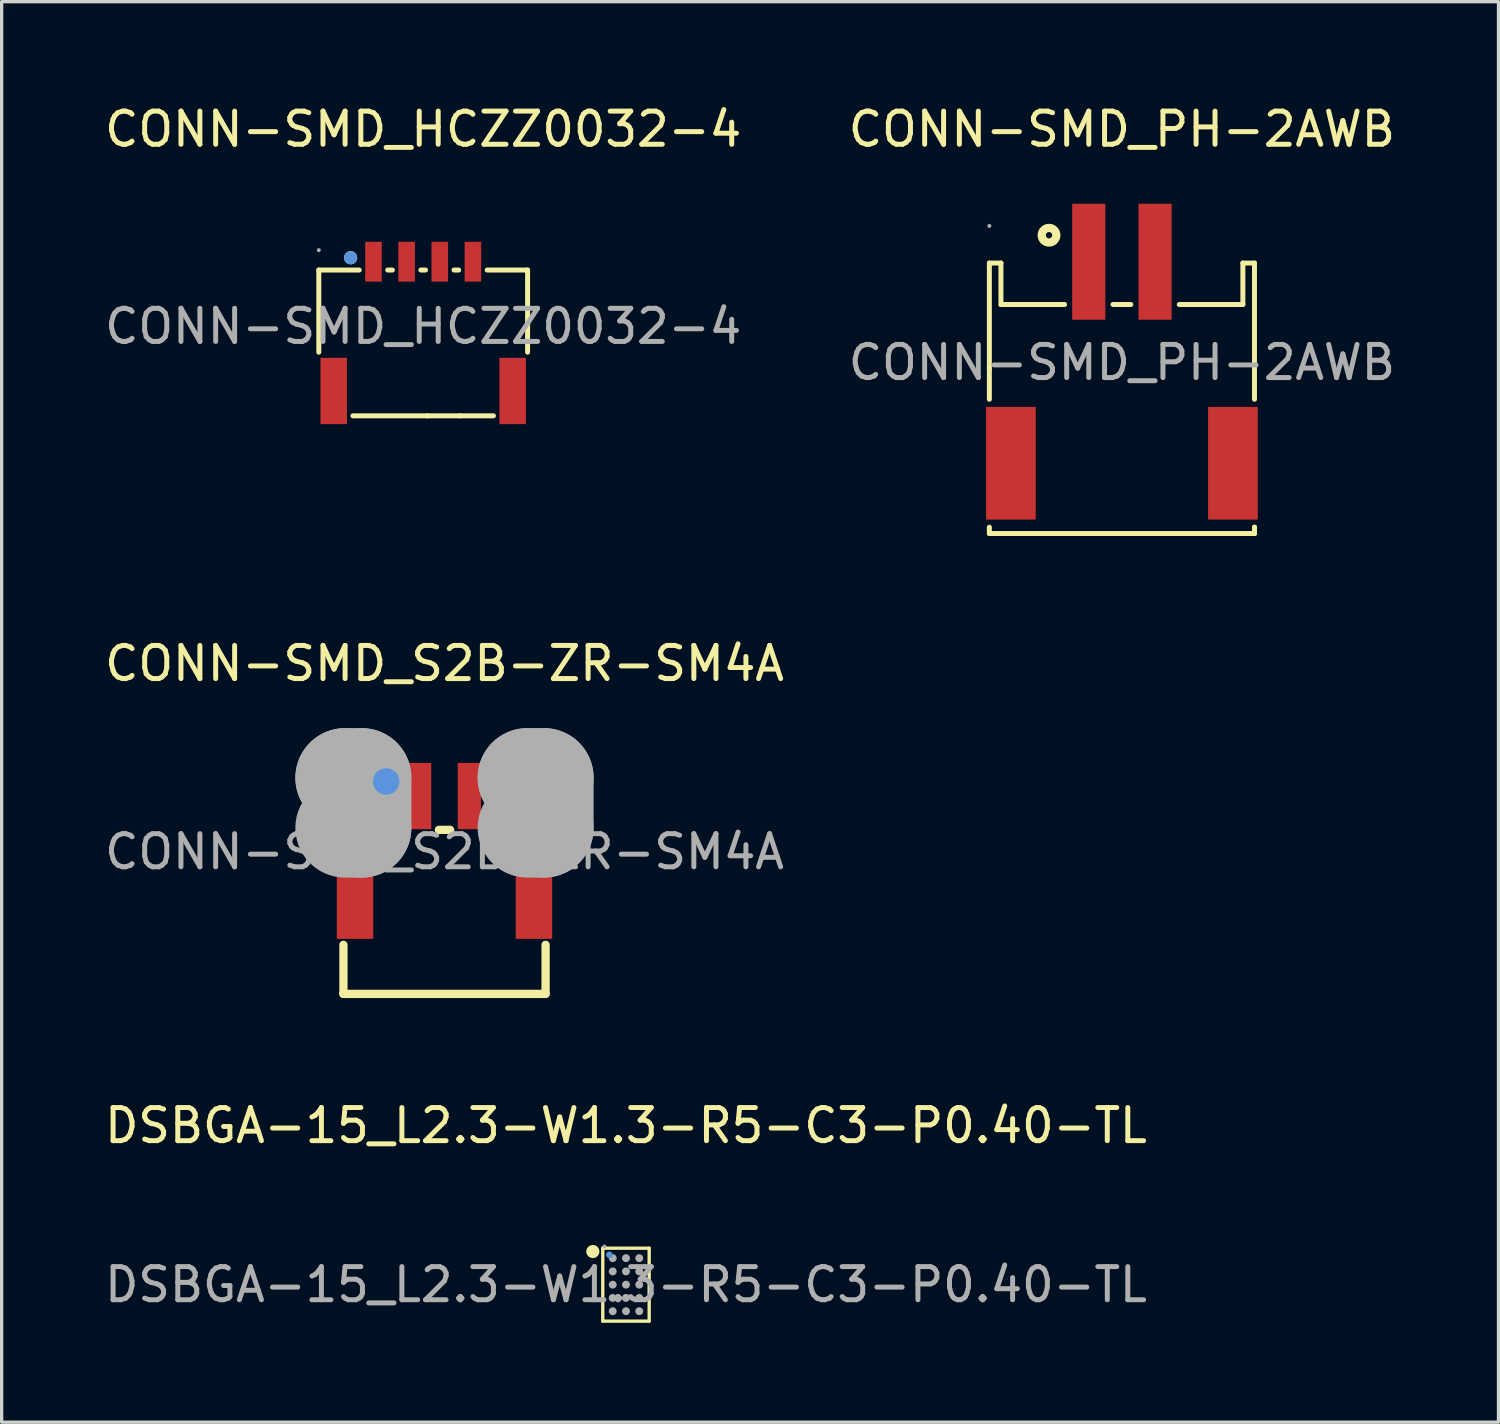
<source format=kicad_pcb>
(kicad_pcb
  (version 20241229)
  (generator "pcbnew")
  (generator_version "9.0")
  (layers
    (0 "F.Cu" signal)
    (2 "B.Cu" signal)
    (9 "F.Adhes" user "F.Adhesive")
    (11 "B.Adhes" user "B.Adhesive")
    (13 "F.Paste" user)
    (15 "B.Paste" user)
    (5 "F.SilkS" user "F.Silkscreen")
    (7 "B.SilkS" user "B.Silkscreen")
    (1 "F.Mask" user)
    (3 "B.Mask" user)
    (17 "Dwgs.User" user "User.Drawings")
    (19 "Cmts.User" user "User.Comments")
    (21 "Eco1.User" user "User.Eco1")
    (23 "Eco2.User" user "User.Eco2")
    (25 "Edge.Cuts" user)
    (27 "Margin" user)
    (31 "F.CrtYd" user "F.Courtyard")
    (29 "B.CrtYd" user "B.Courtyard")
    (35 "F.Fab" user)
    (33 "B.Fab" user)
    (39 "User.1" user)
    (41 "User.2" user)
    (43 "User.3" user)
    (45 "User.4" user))
  (footprint "DSBGA-15_L2.3-W1.3-R5-C3-P0.40-TL"
    (layer "F.Cu")
    (at 15.839 35.715)
    (property "Reference" "DSBGA-15_L2.3-W1.3-R5-C3-P0.40-TL" (at 0 -4.8 0) (layer "F.SilkS") (effects (font (size 1 1) (thickness 0.15))))
    (attr smd)
    (fp_line (start -0.7 -1.1) (end -0.7 -1.1) (stroke (width 0.1) (type solid)) (layer "F.SilkS"))
    (fp_line (start -0.7 -1.1) (end 0.7 -1.1) (stroke (width 0.1) (type solid)) (layer "F.SilkS"))
    (fp_line (start -0.7 1.1) (end -0.7 -1.1) (stroke (width 0.1) (type solid)) (layer "F.SilkS"))
    (fp_line (start 0.7 -1.1) (end 0.7 1.1) (stroke (width 0.1) (type solid)) (layer "F.SilkS"))
    (fp_line (start 0.7 1.1) (end -0.7 1.1) (stroke (width 0.1) (type solid)) (layer "F.SilkS"))
    (fp_circle (center -1 -1) (end -0.9 -1) (stroke (width 0.2) (type solid)) (fill no) (layer "F.SilkS"))
    (fp_circle (center -0.5 -0.9) (end -0.45 -0.9) (stroke (width 0.1) (type solid)) (fill no) (layer "Cmts.User"))
    (fp_circle (center -0.65 -1.15) (end -0.62 -1.15) (stroke (width 0.06) (type solid)) (fill no) (layer "F.Fab"))
    (fp_circle (center -0.4 -0.8) (end -0.34 -0.8) (stroke (width 0.12) (type solid)) (fill no) (layer "F.Fab"))
    (fp_circle (center -0.4 -0.4) (end -0.34 -0.4) (stroke (width 0.12) (type solid)) (fill no) (layer "F.Fab"))
    (fp_circle (center -0.4 0) (end -0.34 0) (stroke (width 0.12) (type solid)) (fill no) (layer "F.Fab"))
    (fp_circle (center -0.4 0.4) (end -0.34 0.4) (stroke (width 0.12) (type solid)) (fill no) (layer "F.Fab"))
    (fp_circle (center -0.4 0.8) (end -0.34 0.8) (stroke (width 0.12) (type solid)) (fill no) (layer "F.Fab"))
    (fp_circle (center 0 -0.8) (end 0.06 -0.8) (stroke (width 0.12) (type solid)) (fill no) (layer "F.Fab"))
    (fp_circle (center 0 -0.4) (end 0.06 -0.4) (stroke (width 0.12) (type solid)) (fill no) (layer "F.Fab"))
    (fp_circle (center 0 0) (end 0.06 0) (stroke (width 0.12) (type solid)) (fill no) (layer "F.Fab"))
    (fp_circle (center 0 0.4) (end 0.06 0.4) (stroke (width 0.12) (type solid)) (fill no) (layer "F.Fab"))
    (fp_circle (center 0 0.8) (end 0.06 0.8) (stroke (width 0.12) (type solid)) (fill no) (layer "F.Fab"))
    (fp_circle (center 0.4 -0.8) (end 0.46 -0.8) (stroke (width 0.12) (type solid)) (fill no) (layer "F.Fab"))
    (fp_circle (center 0.4 -0.4) (end 0.46 -0.4) (stroke (width 0.12) (type solid)) (fill no) (layer "F.Fab"))
    (fp_circle (center 0.4 0) (end 0.46 0) (stroke (width 0.12) (type solid)) (fill no) (layer "F.Fab"))
    (fp_circle (center 0.4 0.4) (end 0.46 0.4) (stroke (width 0.12) (type solid)) (fill no) (layer "F.Fab"))
    (fp_circle (center 0.4 0.8) (end 0.46 0.8) (stroke (width 0.12) (type solid)) (fill no) (layer "F.Fab"))
    (fp_text user "${REFERENCE}" (at 0 0 0) (layer "F.Fab") (effects (font (size 1 1) (thickness 0.15))))
    (pad "A1" smd circle (at -0.4 -0.8) (size 0.2 0.2) (layers "F.Cu" "F.Mask" "F.Paste"))
    (pad "A2" smd circle (at 0 -0.8) (size 0.2 0.2) (layers "F.Cu" "F.Mask" "F.Paste"))
    (pad "A3" smd circle (at 0.4 -0.8) (size 0.2 0.2) (layers "F.Cu" "F.Mask" "F.Paste"))
    (pad "B1" smd circle (at -0.4 -0.4) (size 0.2 0.2) (layers "F.Cu" "F.Mask" "F.Paste"))
    (pad "B2" smd circle (at 0 -0.4) (size 0.2 0.2) (layers "F.Cu" "F.Mask" "F.Paste"))
    (pad "B3" smd circle (at 0.4 -0.4) (size 0.2 0.2) (layers "F.Cu" "F.Mask" "F.Paste"))
    (pad "C1" smd circle (at -0.4 0) (size 0.2 0.2) (layers "F.Cu" "F.Mask" "F.Paste"))
    (pad "C2" smd circle (at 0 0) (size 0.2 0.2) (layers "F.Cu" "F.Mask" "F.Paste"))
    (pad "C3" smd circle (at 0.4 0) (size 0.2 0.2) (layers "F.Cu" "F.Mask" "F.Paste"))
    (pad "D1" smd circle (at -0.4 0.4) (size 0.2 0.2) (layers "F.Cu" "F.Mask" "F.Paste"))
    (pad "D2" smd circle (at 0 0.4) (size 0.2 0.2) (layers "F.Cu" "F.Mask" "F.Paste"))
    (pad "D3" smd circle (at 0.4 0.4) (size 0.2 0.2) (layers "F.Cu" "F.Mask" "F.Paste"))
    (pad "E1" smd circle (at -0.4 0.8) (size 0.2 0.2) (layers "F.Cu" "F.Mask" "F.Paste"))
    (pad "E2" smd circle (at 0 0.8) (size 0.2 0.2) (layers "F.Cu" "F.Mask" "F.Paste"))
    (pad "E3" smd circle (at 0.4 0.8) (size 0.2 0.2) (layers "F.Cu" "F.Mask" "F.Paste")))
  (footprint "CONN-SMD_HCZZ0032-4"
    (layer "F.Cu")
    (at 9.72 6.798)
    (property "Reference" "CONN-SMD_HCZZ0032-4" (at 0 -5.95 0) (layer "F.SilkS") (effects (font (size 1 1) (thickness 0.15))))
    (attr smd)
    (fp_line (start -3.15 -1.7) (end -1.93 -1.7) (stroke (width 0.15) (type solid)) (layer "F.SilkS"))
    (fp_line (start -3.15 0.78) (end -3.15 -1.7) (stroke (width 0.15) (type solid)) (layer "F.SilkS"))
    (fp_line (start -1.07 -1.7) (end -0.93 -1.7) (stroke (width 0.15) (type solid)) (layer "F.SilkS"))
    (fp_line (start -0.07 -1.7) (end 0.07 -1.7) (stroke (width 0.15) (type solid)) (layer "F.SilkS"))
    (fp_line (start 0.12 2.7) (end -2.12 2.7) (stroke (width 0.15) (type solid)) (layer "F.SilkS"))
    (fp_line (start 0.12 2.7) (end 1.12 2.7) (stroke (width 0.15) (type solid)) (layer "F.SilkS"))
    (fp_line (start 0.93 -1.7) (end 1.07 -1.7) (stroke (width 0.15) (type solid)) (layer "F.SilkS"))
    (fp_line (start 1.12 2.7) (end 2.12 2.7) (stroke (width 0.15) (type solid)) (layer "F.SilkS"))
    (fp_line (start 1.93 -1.7) (end 3.15 -1.7) (stroke (width 0.15) (type solid)) (layer "F.SilkS"))
    (fp_line (start 3.15 -1.7) (end 3.15 0.78) (stroke (width 0.15) (type solid)) (layer "F.SilkS"))
    (fp_circle (center -2.19 -2.07) (end -2.09 -2.07) (stroke (width 0.2) (type solid)) (fill no) (layer "F.SilkS"))
    (fp_circle (center -2.19 -2.07) (end -2.09 -2.07) (stroke (width 0.2) (type solid)) (fill no) (layer "Cmts.User"))
    (fp_circle (center -3.15 -2.3) (end -3.12 -2.3) (stroke (width 0.06) (type solid)) (fill no) (layer "F.Fab"))
    (fp_text user "${REFERENCE}" (at 0 0 0) (layer "F.Fab") (effects (font (size 1 1) (thickness 0.15))))
    (pad "1" smd rect (at -1.5 -1.95) (size 0.5 1.2) (layers "F.Cu" "F.Mask" "F.Paste"))
    (pad "2" smd rect (at -0.5 -1.95) (size 0.5 1.2) (layers "F.Cu" "F.Mask" "F.Paste"))
    (pad "3" smd rect (at 0.5 -1.95) (size 0.5 1.2) (layers "F.Cu" "F.Mask" "F.Paste"))
    (pad "4" smd rect (at 1.5 -1.95) (size 0.5 1.2) (layers "F.Cu" "F.Mask" "F.Paste"))
    (pad "5" smd rect (at -2.7 1.95) (size 0.8 2) (layers "F.Cu" "F.Mask" "F.Paste"))
    (pad "6" smd rect (at 2.7 1.95) (size 0.8 2) (layers "F.Cu" "F.Mask" "F.Paste")))
  (footprint "CONN-SMD_PH-2AWB"
    (layer "F.Cu")
    (at 30.804 7.888)
    (property "Reference" "CONN-SMD_PH-2AWB" (at 0 -7.04 0) (layer "F.SilkS") (effects (font (size 1 1) (thickness 0.15))))
    (attr through_hole)
    (fp_line (start -4 -3) (end -3.65 -3) (stroke (width 0.15) (type solid)) (layer "F.SilkS"))
    (fp_line (start -4 0.17) (end -4 -3) (stroke (width 0.15) (type solid)) (layer "F.SilkS"))
    (fp_line (start -4 1.11) (end -4 0.17) (stroke (width 0.15) (type solid)) (layer "F.SilkS"))
    (fp_line (start -4 5.16) (end -4 4.97) (stroke (width 0.15) (type solid)) (layer "F.SilkS"))
    (fp_line (start -3.65 -3) (end -3.65 -1.75) (stroke (width 0.15) (type solid)) (layer "F.SilkS"))
    (fp_line (start -3.65 -1.75) (end -1.73 -1.75) (stroke (width 0.15) (type solid)) (layer "F.SilkS"))
    (fp_line (start -0.27 -1.75) (end 0.27 -1.75) (stroke (width 0.15) (type solid)) (layer "F.SilkS"))
    (fp_line (start 1.73 -1.75) (end 3.65 -1.75) (stroke (width 0.15) (type solid)) (layer "F.SilkS"))
    (fp_line (start 3.65 -3) (end 4 -3) (stroke (width 0.15) (type solid)) (layer "F.SilkS"))
    (fp_line (start 3.65 -1.75) (end 3.65 -3) (stroke (width 0.15) (type solid)) (layer "F.SilkS"))
    (fp_line (start 4 -3) (end 4 1.11) (stroke (width 0.15) (type solid)) (layer "F.SilkS"))
    (fp_line (start 4 4.97) (end 4 5.16) (stroke (width 0.15) (type solid)) (layer "F.SilkS"))
    (fp_line (start 4 4.97) (end 4 5.16) (stroke (width 0.15) (type solid)) (layer "F.SilkS"))
    (fp_line (start 4 5.16) (end -4 5.16) (stroke (width 0.15) (type solid)) (layer "F.SilkS"))
    (fp_circle (center -2.2 -3.84) (end -1.98 -3.84) (stroke (width 0.25) (type solid)) (fill no) (layer "F.SilkS"))
    (fp_circle (center -4 -4.12) (end -3.97 -4.12) (stroke (width 0.06) (type solid)) (fill no) (layer "F.Fab"))
    (fp_text user "${REFERENCE}" (at 0 0 0) (layer "F.Fab") (effects (font (size 1 1) (thickness 0.15))))
    (pad "1" smd rect (at -1 -3.04) (size 1 3.5) (layers "F.Cu" "F.Mask" "F.Paste"))
    (pad "2" smd rect (at 1 -3.04) (size 1 3.5) (layers "F.Cu" "F.Mask" "F.Paste"))
    (pad "3" smd rect (at -3.35 3.04) (size 1.5 3.4) (layers "F.Cu" "F.Mask" "F.Paste"))
    (pad "4" smd rect (at 3.35 3.04) (size 1.5 3.4) (layers "F.Cu" "F.Mask" "F.Paste")))
  (footprint "CONN-SMD_S2B-ZR-SM4A"
    (layer "F.Cu")
    (at 10.363 22.651)
    (property "Reference" "CONN-SMD_S2B-ZR-SM4A" (at 0 -5.68 0) (layer "F.SilkS") (effects (font (size 1 1) (thickness 0.15))))
    (attr smd)
    (fp_line (start -3.05 -0.66) (end -3.05 0.44) (stroke (width 0.25) (type solid)) (layer "F.SilkS"))
    (fp_line (start -3.05 2.81) (end -3.05 4.29) (stroke (width 0.25) (type solid)) (layer "F.SilkS"))
    (fp_line (start -3.05 4.29) (end 3.05 4.29) (stroke (width 0.25) (type solid)) (layer "F.SilkS"))
    (fp_line (start -1.33 -0.66) (end -3.05 -0.66) (stroke (width 0.25) (type solid)) (layer "F.SilkS"))
    (fp_line (start 0.17 -0.66) (end -0.17 -0.66) (stroke (width 0.25) (type solid)) (layer "F.SilkS"))
    (fp_line (start 3.05 -0.66) (end 1.33 -0.66) (stroke (width 0.25) (type solid)) (layer "F.SilkS"))
    (fp_line (start 3.05 0.44) (end 3.05 -0.66) (stroke (width 0.25) (type solid)) (layer "F.SilkS"))
    (fp_line (start 3.05 4.29) (end 3.05 2.81) (stroke (width 0.25) (type solid)) (layer "F.SilkS"))
    (fp_circle (center -1.74 -2.12) (end -1.5 -2.12) (stroke (width 0.25) (type solid)) (fill no) (layer "F.SilkS"))
    (fp_circle (center -1.76 -2.12) (end -1.56 -2.12) (stroke (width 0.4) (type solid)) (fill no) (layer "Cmts.User"))
    (fp_line (start -3 -2.23) (end -3 -2.23) (stroke (width 3) (type solid)) (layer "F.Fab"))
    (fp_line (start -3 -2.23) (end -2.5 -2.23) (stroke (width 3) (type solid)) (layer "F.Fab"))
    (fp_line (start -2.5 -2.23) (end -2.5 -0.72) (stroke (width 3) (type solid)) (layer "F.Fab"))
    (fp_line (start -2.5 -0.72) (end -3 -0.72) (stroke (width 3) (type solid)) (layer "F.Fab"))
    (fp_line (start 2.5 -2.23) (end 2.5 -2.23) (stroke (width 3) (type solid)) (layer "F.Fab"))
    (fp_line (start 2.5 -2.23) (end 3 -2.23) (stroke (width 3) (type solid)) (layer "F.Fab"))
    (fp_line (start 3 -2.23) (end 3 -0.72) (stroke (width 3) (type solid)) (layer "F.Fab"))
    (fp_line (start 3 -0.72) (end 2.5 -0.72) (stroke (width 3) (type solid)) (layer "F.Fab"))
    (fp_circle (center -3 -2.43) (end -2.97 -2.43) (stroke (width 0.06) (type solid)) (fill no) (layer "F.Fab"))
    (fp_text user "${REFERENCE}" (at 0 0 0) (layer "F.Fab") (effects (font (size 1 1) (thickness 0.15))))
    (pad "1" smd rect (at -0.75 -1.68 180) (size 0.7 2) (layers "F.Cu" "F.Mask" "F.Paste"))
    (pad "2" smd rect (at 0.75 -1.68 180) (size 0.7 2) (layers "F.Cu" "F.Mask" "F.Paste"))
    (pad "MP" smd rect (at -2.7 1.68 180) (size 1.1 1.9) (layers "F.Cu" "F.Mask" "F.Paste"))
    (pad "MP" smd rect (at 2.7 1.68 180) (size 1.1 1.9) (layers "F.Cu" "F.Mask" "F.Paste")))
  (gr_rect
    (start -3 -3)
    (end 42.167 39.865)
    (stroke (width 0.1) (type default))
    (fill no)
    (layer "Edge.Cuts")))
</source>
